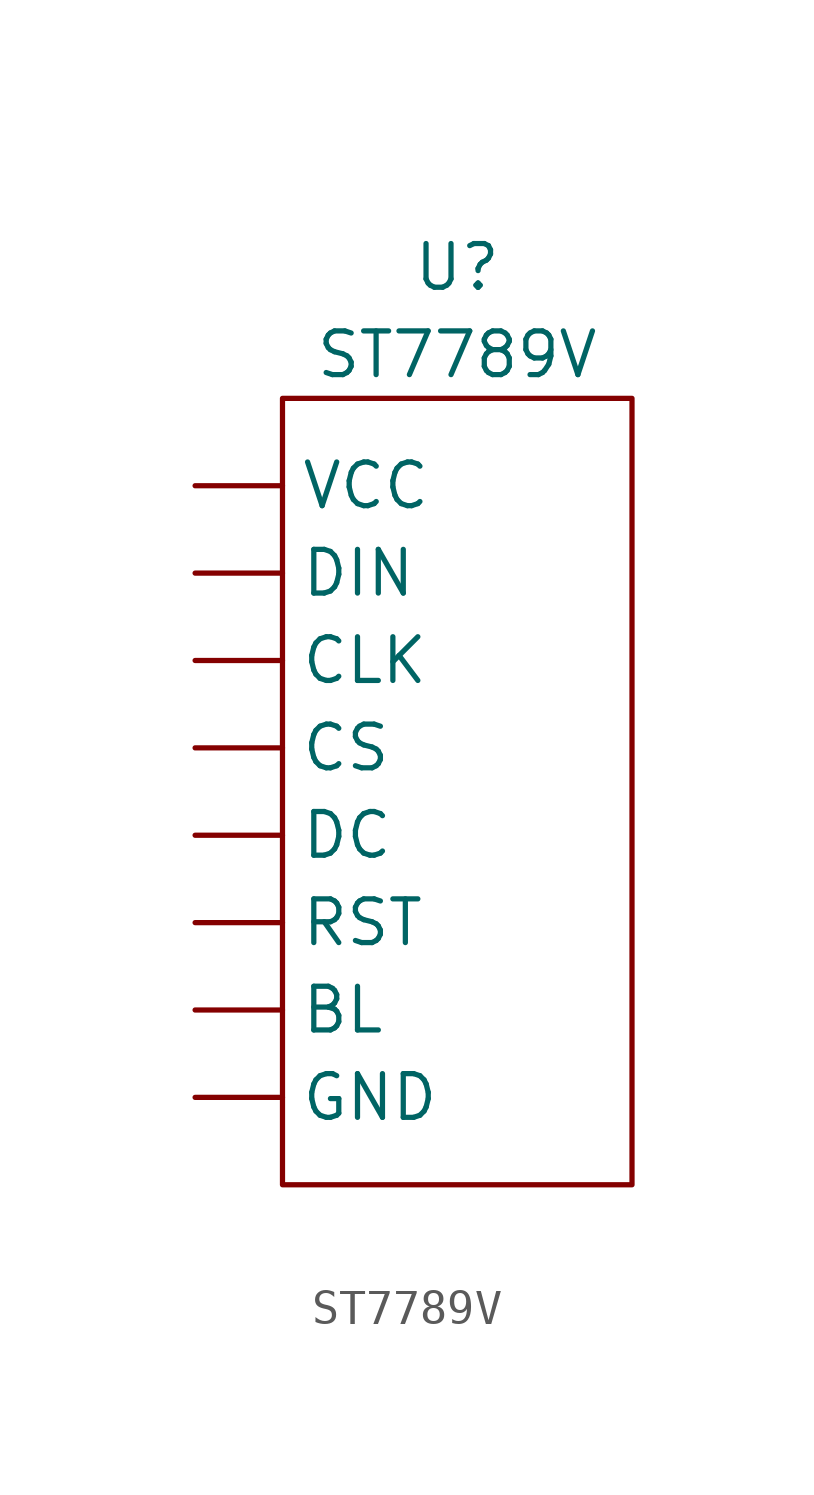
<source format=kicad_sym>
(kicad_symbol_lib
  (version 20220914)
  (generator kicad_symbol_editor)
  (symbol "ST7789V"
    (property "Reference" "U"
      (at 5.08 3.81 0)
      (effects (font (size 1.27 1.27))))
    (property "Value" "ST7789V"
      (at 5.08 1.27 0)
      (effects (font (size 1.27 1.27))))
    (symbol "ST7789V_0_1"
      (rectangle (start 0 0) (end 10.16 -22.86) (stroke (width 0) (type default)) (fill (type none))))
    (symbol "ST7789V_1_1"
      (pin input line (at -2.54 -17.78 0) (length 2.54) (name "BL" (effects (font (size 1.27 1.27)))) (number "" (effects (font (size 1.27 1.27)))))
      (pin input line (at -2.54 -7.62 0) (length 2.54) (name "CLK" (effects (font (size 1.27 1.27)))) (number "" (effects (font (size 1.27 1.27)))))
      (pin input line (at -2.54 -10.16 0) (length 2.54) (name "CS" (effects (font (size 1.27 1.27)))) (number "" (effects (font (size 1.27 1.27)))))
      (pin input line (at -2.54 -12.7 0) (length 2.54) (name "DC" (effects (font (size 1.27 1.27)))) (number "" (effects (font (size 1.27 1.27)))))
      (pin input line (at -2.54 -5.08 0) (length 2.54) (name "DIN" (effects (font (size 1.27 1.27)))) (number "" (effects (font (size 1.27 1.27)))))
      (pin power_in line (at -2.54 -20.32 0) (length 2.54) (name "GND" (effects (font (size 1.27 1.27)))) (number "" (effects (font (size 1.27 1.27)))))
      (pin input line (at -2.54 -15.24 0) (length 2.54) (name "RST" (effects (font (size 1.27 1.27)))) (number "" (effects (font (size 1.27 1.27)))))
      (pin power_in line (at -2.54 -2.54 0) (length 2.54) (name "VCC" (effects (font (size 1.27 1.27)))) (number "" (effects (font (size 1.27 1.27))))))))
</source>
